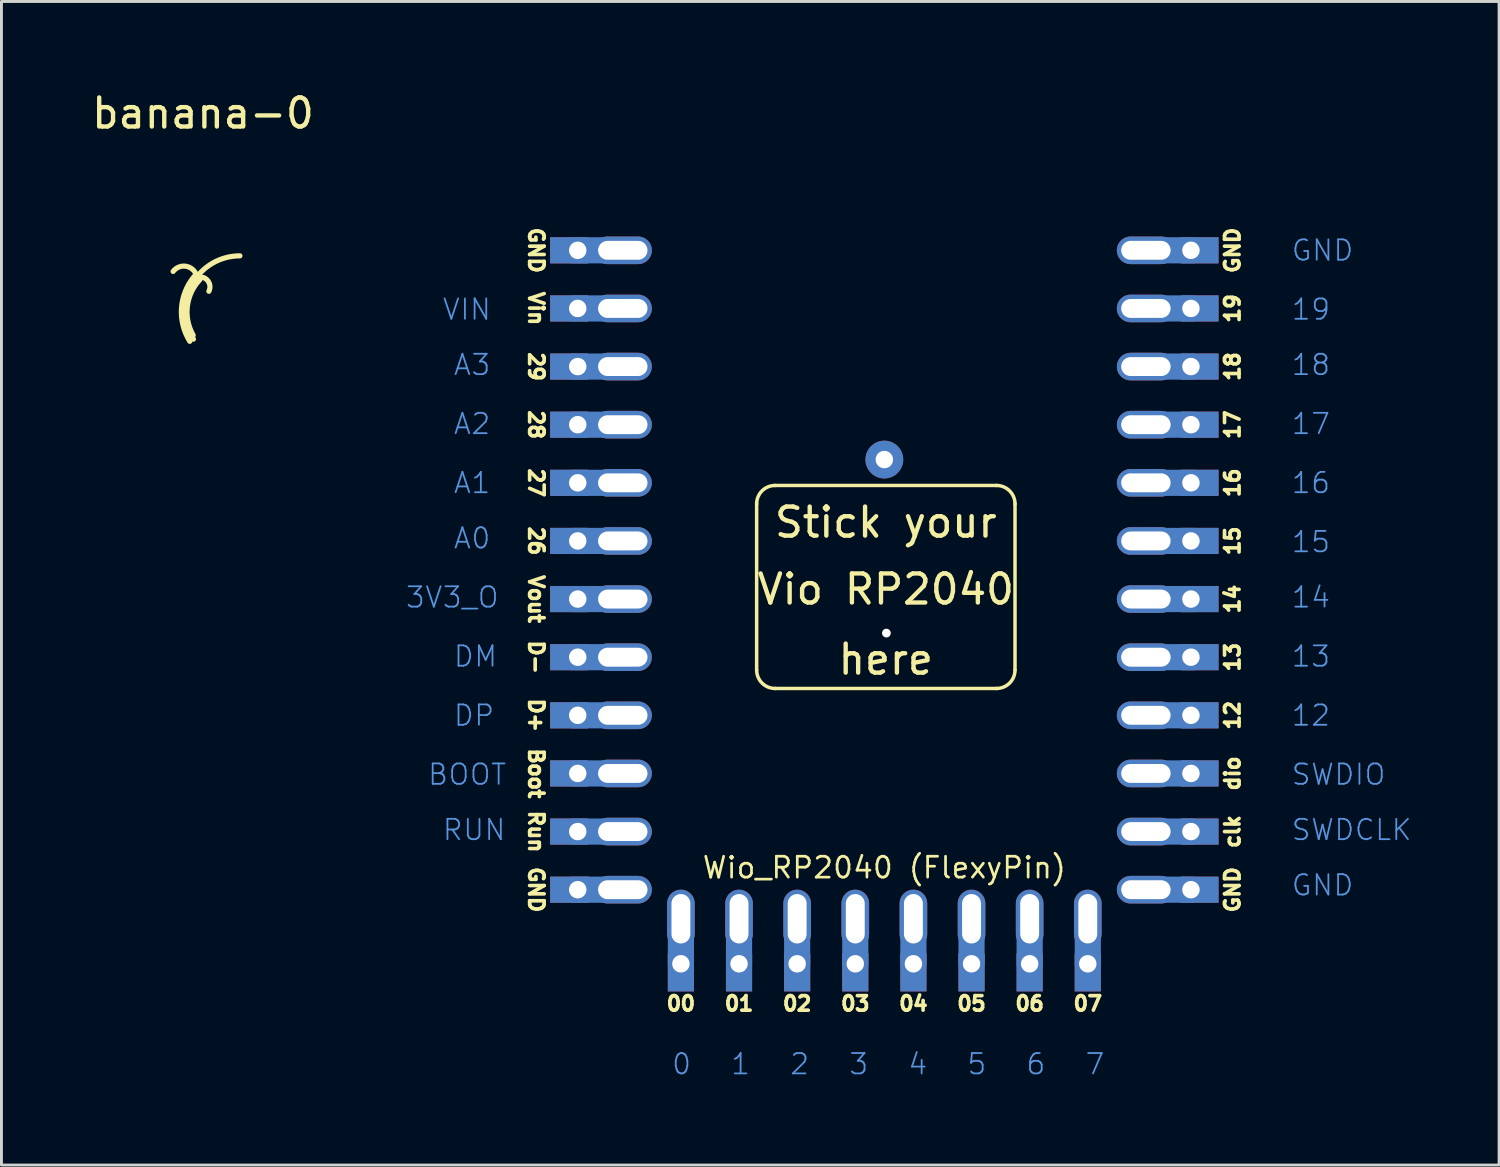
<source format=kicad_pcb>
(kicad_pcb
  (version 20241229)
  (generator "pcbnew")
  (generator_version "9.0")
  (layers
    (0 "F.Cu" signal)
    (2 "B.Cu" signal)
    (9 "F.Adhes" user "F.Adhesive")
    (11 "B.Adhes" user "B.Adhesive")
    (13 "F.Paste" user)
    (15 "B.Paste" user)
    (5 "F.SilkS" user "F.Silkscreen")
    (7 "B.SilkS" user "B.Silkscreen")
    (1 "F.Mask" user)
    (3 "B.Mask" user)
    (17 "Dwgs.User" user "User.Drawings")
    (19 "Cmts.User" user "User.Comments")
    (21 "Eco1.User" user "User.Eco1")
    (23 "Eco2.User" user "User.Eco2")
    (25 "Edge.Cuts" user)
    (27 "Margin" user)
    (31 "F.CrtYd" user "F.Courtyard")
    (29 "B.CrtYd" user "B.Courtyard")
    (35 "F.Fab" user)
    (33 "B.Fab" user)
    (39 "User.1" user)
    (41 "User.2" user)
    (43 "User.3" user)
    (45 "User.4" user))
  (footprint "Wio_RP2040 (FlexyPin)"
    (layer "F.Cu")
    (at 27.379 11.563)
    (property "Reference" "Wio_RP2040 (FlexyPin)" (at 0 15.24 0) (layer "F.SilkS") (effects (font (size 0.719 0.719) (thickness 0.093))))
    (attr through_hole)
    (fp_line (start -4.394 2.726) (end -4.394 8.441) (stroke (width 0.12) (type solid)) (layer "F.SilkS"))
    (fp_line (start -3.759 2.091) (end 3.861 2.091) (stroke (width 0.12) (type solid)) (layer "F.SilkS"))
    (fp_line (start 3.861 9.076) (end -3.759 9.076) (stroke (width 0.12) (type solid)) (layer "F.SilkS"))
    (fp_line (start 4.496 2.726) (end 4.496 8.441) (stroke (width 0.12) (type solid)) (layer "F.SilkS"))
    (fp_arc (start -4.394012 2.725985) (mid -4.208025 2.276972) (end -3.759012 2.090985) (stroke (width 0.12) (type solid)) (layer "F.SilkS"))
    (fp_arc (start -3.759012 9.075986) (mid -4.208025 8.889999) (end -4.394012 8.440986) (stroke (width 0.12) (type solid)) (layer "F.SilkS"))
    (fp_arc (start 3.860988 2.090986) (mid 4.309998 2.276976) (end 4.495988 2.725986) (stroke (width 0.12) (type solid)) (layer "F.SilkS"))
    (fp_arc (start 4.495988 8.440987) (mid 4.310001 8.89) (end 3.860988 9.075987) (stroke (width 0.12) (type solid)) (layer "F.SilkS"))
    (fp_line (start -9 -11.5) (end 9 -11.5) (stroke (width 0.127) (type solid)) (layer "User.1"))
    (fp_line (start -9 17) (end -9 -11.5) (stroke (width 0.127) (type solid)) (layer "User.1"))
    (fp_line (start 9 17) (end -9 17) (stroke (width 0.127) (type solid)) (layer "User.1"))
    (fp_line (start 9 17) (end 9 -11.5) (stroke (width 0.12) (type solid)) (layer "User.1"))
    (fp_text user "Boot" (at -11.98 12 270) (unlocked yes) (layer "F.SilkS") (effects (font (size 0.5 0.5) (thickness 0.125))))
    (fp_text user "03" (at -1 19.92 0) (unlocked yes) (layer "F.SilkS") (effects (font (size 0.5 0.5) (thickness 0.125))))
    (fp_text user "17" (at 11.98 0 90) (unlocked yes) (layer "F.SilkS") (effects (font (size 0.5 0.5) (thickness 0.125))))
    (fp_text user "00" (at -7 19.92 0) (unlocked yes) (layer "F.SilkS") (effects (font (size 0.5 0.5) (thickness 0.125))))
    (fp_text user "04" (at 1 19.92 0) (unlocked yes) (layer "F.SilkS") (effects (font (size 0.5 0.5) (thickness 0.125))))
    (fp_text user "Vio RP2040" (at 0.051 5.663 0) (unlocked yes) (layer "F.SilkS") (effects (font (size 1 1) (thickness 0.15))))
    (fp_text user "Vout" (at -11.98 6 270) (unlocked yes) (layer "F.SilkS") (effects (font (size 0.5 0.5) (thickness 0.125))))
    (fp_text user "D+" (at -11.98 10 270) (unlocked yes) (layer "F.SilkS") (effects (font (size 0.5 0.5) (thickness 0.125))))
    (fp_text user "GND" (at -11.98 -6 270) (unlocked yes) (layer "F.SilkS") (effects (font (size 0.5 0.5) (thickness 0.125))))
    (fp_text user "GND" (at 11.98 -6 90) (unlocked yes) (layer "F.SilkS") (effects (font (size 0.5 0.5) (thickness 0.125))))
    (fp_text user "05" (at 3 19.92 0) (unlocked yes) (layer "F.SilkS") (effects (font (size 0.5 0.5) (thickness 0.125))))
    (fp_text user "Stick your" (at 0.051 3.361 0) (unlocked yes) (layer "F.SilkS") (effects (font (size 1 1) (thickness 0.15))))
    (fp_text user "06" (at 5 19.92 0) (unlocked yes) (layer "F.SilkS") (effects (font (size 0.5 0.5) (thickness 0.125))))
    (fp_text user "01" (at -5 19.92 0) (unlocked yes) (layer "F.SilkS") (effects (font (size 0.5 0.5) (thickness 0.125))))
    (fp_text user "GND" (at -11.98 16 270) (unlocked yes) (layer "F.SilkS") (effects (font (size 0.5 0.5) (thickness 0.125))))
    (fp_text user "26" (at -11.98 4 270) (unlocked yes) (layer "F.SilkS") (effects (font (size 0.5 0.5) (thickness 0.125))))
    (fp_text user "12" (at 11.98 10 90) (unlocked yes) (layer "F.SilkS") (effects (font (size 0.5 0.5) (thickness 0.125))))
    (fp_text user "here" (at 0.051 8.076 0) (unlocked yes) (layer "F.SilkS") (effects (font (size 1 1) (thickness 0.15))))
    (fp_text user "18" (at 11.98 -2 90) (unlocked yes) (layer "F.SilkS") (effects (font (size 0.5 0.5) (thickness 0.125))))
    (fp_text user "clk" (at 11.98 14 90) (unlocked yes) (layer "F.SilkS") (effects (font (size 0.5 0.5) (thickness 0.125))))
    (fp_text user "07" (at 7 19.92 0) (unlocked yes) (layer "F.SilkS") (effects (font (size 0.5 0.5) (thickness 0.125))))
    (fp_text user "19" (at 11.98 -4 90) (unlocked yes) (layer "F.SilkS") (effects (font (size 0.5 0.5) (thickness 0.125))))
    (fp_text user "Run" (at -11.98 14 270) (unlocked yes) (layer "F.SilkS") (effects (font (size 0.5 0.5) (thickness 0.125))))
    (fp_text user "D-" (at -11.98 8 270) (unlocked yes) (layer "F.SilkS") (effects (font (size 0.5 0.5) (thickness 0.125))))
    (fp_text user "GND" (at 11.98 16 90) (unlocked yes) (layer "F.SilkS") (effects (font (size 0.5 0.5) (thickness 0.125))))
    (fp_text user "Vin" (at -11.98 -4 270) (unlocked yes) (layer "F.SilkS") (effects (font (size 0.5 0.5) (thickness 0.125))))
    (fp_text user "02" (at -3 19.92 0) (unlocked yes) (layer "F.SilkS") (effects (font (size 0.5 0.5) (thickness 0.125))))
    (fp_text user "29" (at -11.98 -2 270) (unlocked yes) (layer "F.SilkS") (effects (font (size 0.5 0.5) (thickness 0.125))))
    (fp_text user "28" (at -11.98 0 270) (unlocked yes) (layer "F.SilkS") (effects (font (size 0.5 0.5) (thickness 0.125))))
    (fp_text user "14" (at 11.98 6 90) (unlocked yes) (layer "F.SilkS") (effects (font (size 0.5 0.5) (thickness 0.125))))
    (fp_text user "dio" (at 11.98 12 90) (unlocked yes) (layer "F.SilkS") (effects (font (size 0.5 0.5) (thickness 0.125))))
    (fp_text user "15" (at 11.98 4 90) (unlocked yes) (layer "F.SilkS") (effects (font (size 0.5 0.5) (thickness 0.125))))
    (fp_text user "16" (at 11.98 2 90) (unlocked yes) (layer "F.SilkS") (effects (font (size 0.5 0.5) (thickness 0.125))))
    (fp_text user "13" (at 11.98 8 90) (unlocked yes) (layer "F.SilkS") (effects (font (size 0.5 0.5) (thickness 0.125))))
    (fp_text user "27" (at -11.98 2 270) (unlocked yes) (layer "F.SilkS") (effects (font (size 0.5 0.5) (thickness 0.125))))
    (fp_text user "A0" (at -14.859 4.318 0) (layer "Cmts.User") (effects (font (size 0.701 0.701) (thickness 0.061)) (justify left bottom)))
    (fp_text user "5" (at 3.556 21.59 0) (layer "Cmts.User") (effects (font (size 0.701 0.701) (thickness 0.061)) (justify right top)))
    (fp_text user "14" (at 13.97 6.35 0) (layer "Cmts.User") (effects (font (size 0.701 0.701) (thickness 0.061)) (justify left bottom)))
    (fp_text user "3" (at -0.508 21.59 0) (layer "Cmts.User") (effects (font (size 0.701 0.701) (thickness 0.061)) (justify right top)))
    (fp_text user "3V3_O" (at -16.51 6.35 0) (layer "Cmts.User") (effects (font (size 0.701 0.701) (thickness 0.061)) (justify left bottom)))
    (fp_text user "A2" (at -14.859 0.381 0) (layer "Cmts.User") (effects (font (size 0.701 0.701) (thickness 0.061)) (justify left bottom)))
    (fp_text user "SWDIO" (at 13.97 12.446 0) (layer "Cmts.User") (effects (font (size 0.701 0.701) (thickness 0.061)) (justify left bottom)))
    (fp_text user "0" (at -6.604 21.59 0) (layer "Cmts.User") (effects (font (size 0.701 0.701) (thickness 0.061)) (justify right top)))
    (fp_text user "4" (at 1.524 21.59 0) (layer "Cmts.User") (effects (font (size 0.701 0.701) (thickness 0.061)) (justify right top)))
    (fp_text user "A1" (at -14.859 2.413 0) (layer "Cmts.User") (effects (font (size 0.701 0.701) (thickness 0.061)) (justify left bottom)))
    (fp_text user "12" (at 13.97 10.414 0) (layer "Cmts.User") (effects (font (size 0.701 0.701) (thickness 0.061)) (justify left bottom)))
    (fp_text user "19" (at 13.97 -3.556 0) (layer "Cmts.User") (effects (font (size 0.701 0.701) (thickness 0.061)) (justify left bottom)))
    (fp_text user "GND" (at 13.97 16.256 0) (layer "Cmts.User") (effects (font (size 0.701 0.701) (thickness 0.061)) (justify left bottom)))
    (fp_text user "VIN" (at -15.24 -3.556 0) (layer "Cmts.User") (effects (font (size 0.701 0.701) (thickness 0.061)) (justify left bottom)))
    (fp_text user "1" (at -4.572 21.59 0) (layer "Cmts.User") (effects (font (size 0.701 0.701) (thickness 0.061)) (justify right top)))
    (fp_text user "15" (at 13.97 4.445 0) (layer "Cmts.User") (effects (font (size 0.701 0.701) (thickness 0.061)) (justify left bottom)))
    (fp_text user "DM" (at -14.859 8.382 0) (layer "Cmts.User") (effects (font (size 0.701 0.701) (thickness 0.061)) (justify left bottom)))
    (fp_text user "18" (at 13.97 -1.651 0) (layer "Cmts.User") (effects (font (size 0.701 0.701) (thickness 0.061)) (justify left bottom)))
    (fp_text user "13" (at 13.97 8.382 0) (layer "Cmts.User") (effects (font (size 0.701 0.701) (thickness 0.061)) (justify left bottom)))
    (fp_text user "6" (at 5.588 21.59 0) (layer "Cmts.User") (effects (font (size 0.701 0.701) (thickness 0.061)) (justify right top)))
    (fp_text user "DP" (at -14.859 10.414 0) (layer "Cmts.User") (effects (font (size 0.701 0.701) (thickness 0.061)) (justify left bottom)))
    (fp_text user "GND" (at 13.97 -5.588 0) (layer "Cmts.User") (effects (font (size 0.701 0.701) (thickness 0.061)) (justify left bottom)))
    (fp_text user "SWDCLK" (at 13.97 14.351 0) (layer "Cmts.User") (effects (font (size 0.701 0.701) (thickness 0.061)) (justify left bottom)))
    (fp_text user "7" (at 7.62 21.59 0) (layer "Cmts.User") (effects (font (size 0.701 0.701) (thickness 0.061)) (justify right top)))
    (fp_text user "2" (at -2.54 21.59 0) (layer "Cmts.User") (effects (font (size 0.701 0.701) (thickness 0.061)) (justify right top)))
    (fp_text user "16" (at 13.97 2.413 0) (layer "Cmts.User") (effects (font (size 0.701 0.701) (thickness 0.061)) (justify left bottom)))
    (fp_text user "A3" (at -14.859 -1.651 0) (layer "Cmts.User") (effects (font (size 0.701 0.701) (thickness 0.061)) (justify left bottom)))
    (fp_text user "BOOT" (at -15.748 12.446 0) (layer "Cmts.User") (effects (font (size 0.701 0.701) (thickness 0.061)) (justify left bottom)))
    (fp_text user "17" (at 13.97 0.381 0) (layer "Cmts.User") (effects (font (size 0.701 0.701) (thickness 0.061)) (justify left bottom)))
    (fp_text user "RUN" (at -15.24 14.351 0) (layer "Cmts.User") (effects (font (size 0.701 0.701) (thickness 0.061)) (justify left bottom)))
    (pad "1" thru_hole rect (at -10.55 -6) (size 1.3 0.9) (drill 0.6 (offset -0.3 0)) (layers "*.Cu" "*.Mask"))
    (pad "1" smd rect (at -9.7 -6) (size 1.58 0.9) (drill (offset -0.3 0)) (layers "B.Cu"))
    (pad "1" thru_hole oval (at -9 -6) (size 2 0.95) (drill oval 1.7 0.65) (layers "*.Cu" "*.Mask"))
    (pad "2" thru_hole rect (at -10.55 -4) (size 1.3 0.9) (drill 0.6 (offset -0.3 0)) (layers "*.Cu" "*.Mask"))
    (pad "2" smd rect (at -9.7 -4) (size 1.58 0.9) (drill (offset -0.3 0)) (layers "B.Cu"))
    (pad "2" thru_hole oval (at -9 -4) (size 2 0.95) (drill oval 1.7 0.65) (layers "*.Cu" "*.Mask"))
    (pad "3" thru_hole rect (at -10.55 -2) (size 1.3 0.9) (drill 0.6 (offset -0.3 0)) (layers "*.Cu" "*.Mask"))
    (pad "3" smd rect (at -9.7 -2) (size 1.58 0.9) (drill (offset -0.3 0)) (layers "B.Cu"))
    (pad "3" thru_hole oval (at -9 -2) (size 2 0.95) (drill oval 1.7 0.65) (layers "*.Cu" "*.Mask"))
    (pad "4" thru_hole rect (at -10.55 0) (size 1.3 0.9) (drill 0.6 (offset -0.3 0)) (layers "*.Cu" "*.Mask"))
    (pad "4" smd rect (at -9.7 0) (size 1.58 0.9) (drill (offset -0.3 0)) (layers "B.Cu"))
    (pad "4" thru_hole oval (at -9 0) (size 2 0.95) (drill oval 1.7 0.65) (layers "*.Cu" "*.Mask"))
    (pad "5" thru_hole rect (at -10.55 2) (size 1.3 0.9) (drill 0.6 (offset -0.3 0)) (layers "*.Cu" "*.Mask"))
    (pad "5" smd rect (at -9.7 2) (size 1.58 0.9) (drill (offset -0.3 0)) (layers "B.Cu"))
    (pad "5" thru_hole oval (at -9 2) (size 2 0.95) (drill oval 1.7 0.65) (layers "*.Cu" "*.Mask"))
    (pad "6" thru_hole rect (at -10.55 4) (size 1.3 0.9) (drill 0.6 (offset -0.3 0)) (layers "*.Cu" "*.Mask"))
    (pad "6" smd rect (at -9.7 4) (size 1.58 0.9) (drill (offset -0.3 0)) (layers "B.Cu"))
    (pad "6" thru_hole oval (at -9 4) (size 2 0.95) (drill oval 1.7 0.65) (layers "*.Cu" "*.Mask"))
    (pad "7" thru_hole rect (at -10.55 6) (size 1.3 0.9) (drill 0.6 (offset -0.3 0)) (layers "*.Cu" "*.Mask"))
    (pad "7" smd rect (at -9.7 6) (size 1.58 0.9) (drill (offset -0.3 0)) (layers "B.Cu"))
    (pad "7" thru_hole oval (at -9 6) (size 2 0.95) (drill oval 1.7 0.65) (layers "*.Cu" "*.Mask"))
    (pad "8" thru_hole rect (at -10.55 8) (size 1.3 0.9) (drill 0.6 (offset -0.3 0)) (layers "*.Cu" "*.Mask"))
    (pad "8" smd rect (at -9.7 8) (size 1.58 0.9) (drill (offset -0.3 0)) (layers "B.Cu"))
    (pad "8" thru_hole oval (at -9 8) (size 2 0.95) (drill oval 1.7 0.65) (layers "*.Cu" "*.Mask"))
    (pad "9" thru_hole rect (at -10.55 10) (size 1.3 0.9) (drill 0.6 (offset -0.3 0)) (layers "*.Cu" "*.Mask"))
    (pad "9" smd rect (at -9.7 10) (size 1.58 0.9) (drill (offset -0.3 0)) (layers "B.Cu"))
    (pad "9" thru_hole oval (at -9 10) (size 2 0.95) (drill oval 1.7 0.65) (layers "*.Cu" "*.Mask"))
    (pad "10" thru_hole rect (at -10.55 12) (size 1.3 0.9) (drill 0.6 (offset -0.3 0)) (layers "*.Cu" "*.Mask"))
    (pad "10" smd rect (at -9.7 12) (size 1.58 0.9) (drill (offset -0.3 0)) (layers "B.Cu"))
    (pad "10" thru_hole oval (at -9 12) (size 2 0.95) (drill oval 1.7 0.65) (layers "*.Cu" "*.Mask"))
    (pad "11" thru_hole rect (at -10.55 14) (size 1.3 0.9) (drill 0.6 (offset -0.3 0)) (layers "*.Cu" "*.Mask"))
    (pad "11" smd rect (at -9.7 14) (size 1.58 0.9) (drill (offset -0.3 0)) (layers "B.Cu"))
    (pad "11" thru_hole oval (at -9 14) (size 2 0.95) (drill oval 1.7 0.65) (layers "*.Cu" "*.Mask"))
    (pad "12" thru_hole rect (at -10.55 16) (size 1.34 0.9) (drill 0.6 (offset -0.28 0)) (layers "*.Cu" "*.Mask"))
    (pad "12" smd rect (at -9.7 16) (size 1.58 0.9) (drill (offset -0.3 0)) (layers "B.Cu"))
    (pad "12" thru_hole oval (at -9 16) (size 2 0.95) (drill oval 1.7 0.65) (layers "*.Cu" "*.Mask"))
    (pad "13" thru_hole oval (at -7 17 90) (size 2 0.95) (drill oval 1.7 0.65) (layers "*.Cu" "*.Mask"))
    (pad "13" smd rect (at -7 17.84) (size 0.9 1.58) (layers "B.Cu"))
    (pad "13" thru_hole rect (at -7 18.55 90) (size 1.3 0.9) (drill 0.6 (offset -0.3 0)) (layers "*.Cu" "*.Mask"))
    (pad "14" thru_hole oval (at -5 17 90) (size 2 0.95) (drill oval 1.7 0.65) (layers "*.Cu" "*.Mask"))
    (pad "14" smd rect (at -5 17.84) (size 0.9 1.58) (layers "B.Cu"))
    (pad "14" thru_hole rect (at -5 18.55 90) (size 1.3 0.9) (drill 0.6 (offset -0.3 0)) (layers "*.Cu" "*.Mask"))
    (pad "15" thru_hole oval (at -3 17 90) (size 2 0.95) (drill oval 1.7 0.65) (layers "*.Cu" "*.Mask"))
    (pad "15" smd rect (at -3 17.84) (size 0.9 1.58) (layers "B.Cu"))
    (pad "15" thru_hole rect (at -3 18.55 90) (size 1.3 0.9) (drill 0.6 (offset -0.3 0)) (layers "*.Cu" "*.Mask"))
    (pad "16" thru_hole oval (at -1 17 90) (size 2 0.95) (drill oval 1.7 0.65) (layers "*.Cu" "*.Mask"))
    (pad "16" smd rect (at -1 17.84) (size 0.9 1.58) (layers "B.Cu"))
    (pad "16" thru_hole rect (at -1 18.55 90) (size 1.3 0.9) (drill 0.6 (offset -0.3 0)) (layers "*.Cu" "*.Mask"))
    (pad "17" thru_hole oval (at 1 17 90) (size 2 0.95) (drill oval 1.7 0.65) (layers "*.Cu" "*.Mask"))
    (pad "17" smd rect (at 1 17.84) (size 0.9 1.58) (layers "B.Cu"))
    (pad "17" thru_hole rect (at 1 18.55 90) (size 1.3 0.9) (drill 0.6 (offset -0.3 0)) (layers "*.Cu" "*.Mask"))
    (pad "18" thru_hole oval (at 3 17 90) (size 2 0.95) (drill oval 1.7 0.65) (layers "*.Cu" "*.Mask"))
    (pad "18" smd rect (at 3 17.84) (size 0.9 1.58) (layers "B.Cu"))
    (pad "18" thru_hole rect (at 3 18.55 90) (size 1.3 0.9) (drill 0.6 (offset -0.3 0)) (layers "*.Cu" "*.Mask"))
    (pad "19" thru_hole oval (at 5 17 90) (size 2 0.95) (drill oval 1.7 0.65) (layers "*.Cu" "*.Mask"))
    (pad "19" smd rect (at 5 17.84) (size 0.9 1.58) (layers "B.Cu"))
    (pad "19" thru_hole rect (at 5 18.55 90) (size 1.3 0.9) (drill 0.6 (offset -0.3 0)) (layers "*.Cu" "*.Mask"))
    (pad "20" thru_hole oval (at 7 17 90) (size 2 0.95) (drill oval 1.7 0.65) (layers "*.Cu" "*.Mask"))
    (pad "20" smd rect (at 7 17.84) (size 0.9 1.58) (layers "B.Cu"))
    (pad "20" thru_hole rect (at 7 18.55 90) (size 1.3 0.9) (drill 0.6 (offset -0.3 0)) (layers "*.Cu" "*.Mask"))
    (pad "21" thru_hole oval (at 9 16 180) (size 2 0.95) (drill oval 1.7 0.65) (layers "*.Cu" "*.Mask"))
    (pad "21" smd rect (at 10.2 16) (size 1.58 0.9) (drill (offset -0.3 0)) (layers "B.Cu"))
    (pad "21" thru_hole rect (at 10.55 16 180) (size 1.3 0.9) (drill 0.6 (offset -0.3 0)) (layers "*.Cu" "*.Mask"))
    (pad "22" thru_hole oval (at 9 14 180) (size 2 0.95) (drill oval 1.7 0.65) (layers "*.Cu" "*.Mask"))
    (pad "22" smd rect (at 10.2 14) (size 1.58 0.9) (drill (offset -0.3 0)) (layers "B.Cu"))
    (pad "22" thru_hole rect (at 10.55 14 180) (size 1.3 0.9) (drill 0.6 (offset -0.3 0)) (layers "*.Cu" "*.Mask"))
    (pad "23" thru_hole oval (at 9 12 180) (size 2 0.95) (drill oval 1.7 0.65) (layers "*.Cu" "*.Mask"))
    (pad "23" smd rect (at 10.2 12) (size 1.58 0.9) (drill (offset -0.3 0)) (layers "B.Cu"))
    (pad "23" thru_hole rect (at 10.55 12 180) (size 1.3 0.9) (drill 0.6 (offset -0.3 0)) (layers "*.Cu" "*.Mask"))
    (pad "24" thru_hole oval (at 9 10 180) (size 2 0.95) (drill oval 1.7 0.65) (layers "*.Cu" "*.Mask"))
    (pad "24" smd rect (at 10.2 10) (size 1.58 0.9) (drill (offset -0.3 0)) (layers "B.Cu"))
    (pad "24" thru_hole rect (at 10.55 10 180) (size 1.3 0.9) (drill 0.6 (offset -0.3 0)) (layers "*.Cu" "*.Mask"))
    (pad "25" thru_hole oval (at 9 8 180) (size 2 0.95) (drill oval 1.7 0.65) (layers "*.Cu" "*.Mask"))
    (pad "25" smd rect (at 10.2 8) (size 1.58 0.9) (drill (offset -0.3 0)) (layers "B.Cu"))
    (pad "25" thru_hole rect (at 10.55 8 180) (size 1.3 0.9) (drill 0.6 (offset -0.3 0)) (layers "*.Cu" "*.Mask"))
    (pad "26" thru_hole oval (at 9 6 180) (size 2 0.95) (drill oval 1.7 0.65) (layers "*.Cu" "*.Mask"))
    (pad "26" smd rect (at 10.2 6) (size 1.58 0.9) (drill (offset -0.3 0)) (layers "B.Cu"))
    (pad "26" thru_hole rect (at 10.55 6 180) (size 1.3 0.9) (drill 0.6 (offset -0.3 0)) (layers "*.Cu" "*.Mask"))
    (pad "27" thru_hole oval (at 9 4 180) (size 2 0.95) (drill oval 1.7 0.65) (layers "*.Cu" "*.Mask"))
    (pad "27" smd rect (at 10.2 4) (size 1.58 0.9) (drill (offset -0.3 0)) (layers "B.Cu"))
    (pad "27" thru_hole rect (at 10.55 4 180) (size 1.3 0.9) (drill 0.6 (offset -0.3 0)) (layers "*.Cu" "*.Mask"))
    (pad "28" thru_hole oval (at 9 2 180) (size 2 0.95) (drill oval 1.7 0.65) (layers "*.Cu" "*.Mask"))
    (pad "28" smd rect (at 10.2 2) (size 1.58 0.9) (drill (offset -0.3 0)) (layers "B.Cu"))
    (pad "28" thru_hole rect (at 10.55 2 180) (size 1.3 0.9) (drill 0.6 (offset -0.3 0)) (layers "*.Cu" "*.Mask"))
    (pad "29" thru_hole oval (at 9 0 180) (size 2 0.95) (drill oval 1.7 0.65) (layers "*.Cu" "*.Mask"))
    (pad "29" smd rect (at 10.2 0) (size 1.58 0.9) (drill (offset -0.3 0)) (layers "B.Cu"))
    (pad "29" thru_hole rect (at 10.55 0 180) (size 1.3 0.9) (drill 0.6 (offset -0.3 0)) (layers "*.Cu" "*.Mask"))
    (pad "30" thru_hole oval (at 9 -2 180) (size 2 0.95) (drill oval 1.7 0.65) (layers "*.Cu" "*.Mask"))
    (pad "30" smd rect (at 10.2 -2) (size 1.58 0.9) (drill (offset -0.3 0)) (layers "B.Cu"))
    (pad "30" thru_hole rect (at 10.55 -2 180) (size 1.3 0.9) (drill 0.6 (offset -0.3 0)) (layers "*.Cu" "*.Mask"))
    (pad "31" thru_hole oval (at 9 -4 180) (size 2 0.95) (drill oval 1.7 0.65) (layers "*.Cu" "*.Mask"))
    (pad "31" smd rect (at 10.2 -4) (size 1.58 0.9) (drill (offset -0.3 0)) (layers "B.Cu"))
    (pad "31" thru_hole rect (at 10.55 -4 180) (size 1.3 0.9) (drill 0.6 (offset -0.3 0)) (layers "*.Cu" "*.Mask"))
    (pad "32" thru_hole oval (at 9 -6 180) (size 2 0.95) (drill oval 1.7 0.65) (layers "*.Cu" "*.Mask"))
    (pad "32" smd rect (at 10.2 -6) (size 1.58 0.9) (drill (offset -0.3 0)) (layers "B.Cu"))
    (pad "32" thru_hole rect (at 10.55 -6 180) (size 1.3 0.9) (drill 0.6 (offset -0.3 0)) (layers "*.Cu" "*.Mask"))
    (pad "33" thru_hole circle (at 0 1.2 90) (size 1.3 1.3) (drill 0.6) (layers "*.Cu"))
    (pad "39" thru_hole circle (at 0.071 7.171) (size 0.4 0.4) (drill 0.3) (layers "*.Cu") (remove_unused_layers yes) (zone_layer_connections)))
  (footprint "banana-0"
    (layer "F.Cu")
    (at 4.57 7.023)
    (property "Reference" "banana-0" (at -0.635 -6.175 0) (unlocked yes) (layer "F.SilkS") (effects (font (size 1 1) (thickness 0.15))))
    (attr smd)
    (fp_arc (start -1.663409 -0.733208) (mid -1.174287 -0.900982) (end -0.838201 -0.507999) (stroke (width 0.1778) (type solid)) (layer "F.SilkS"))
    (fp_arc (start -1.089851 1.671546) (mid -1.375016 0.532141) (end -0.939799 -0.558799) (stroke (width 0.1778) (type solid)) (layer "F.SilkS"))
    (fp_arc (start -0.972013 1.462579) (mid -1.173022 0.463607) (end -0.736599 -0.457199) (stroke (width 0.1778) (type solid)) (layer "F.SilkS"))
    (fp_arc (start -0.964185 1.597277) (mid -1.006545 -0.305949) (end 0.635 -1.27) (stroke (width 0.1778) (type solid)) (layer "F.SilkS"))
    (fp_arc (start -0.889 -0.507999) (mid -0.495637 -0.444165) (end -0.431801 -0.050801) (stroke (width 0.1778) (type solid)) (layer "F.SilkS")))
  (gr_rect
    (start -3 -3)
    (end 48.531 37.037)
    (stroke (width 0.1) (type default))
    (fill no)
    (layer "Edge.Cuts")))
</source>
